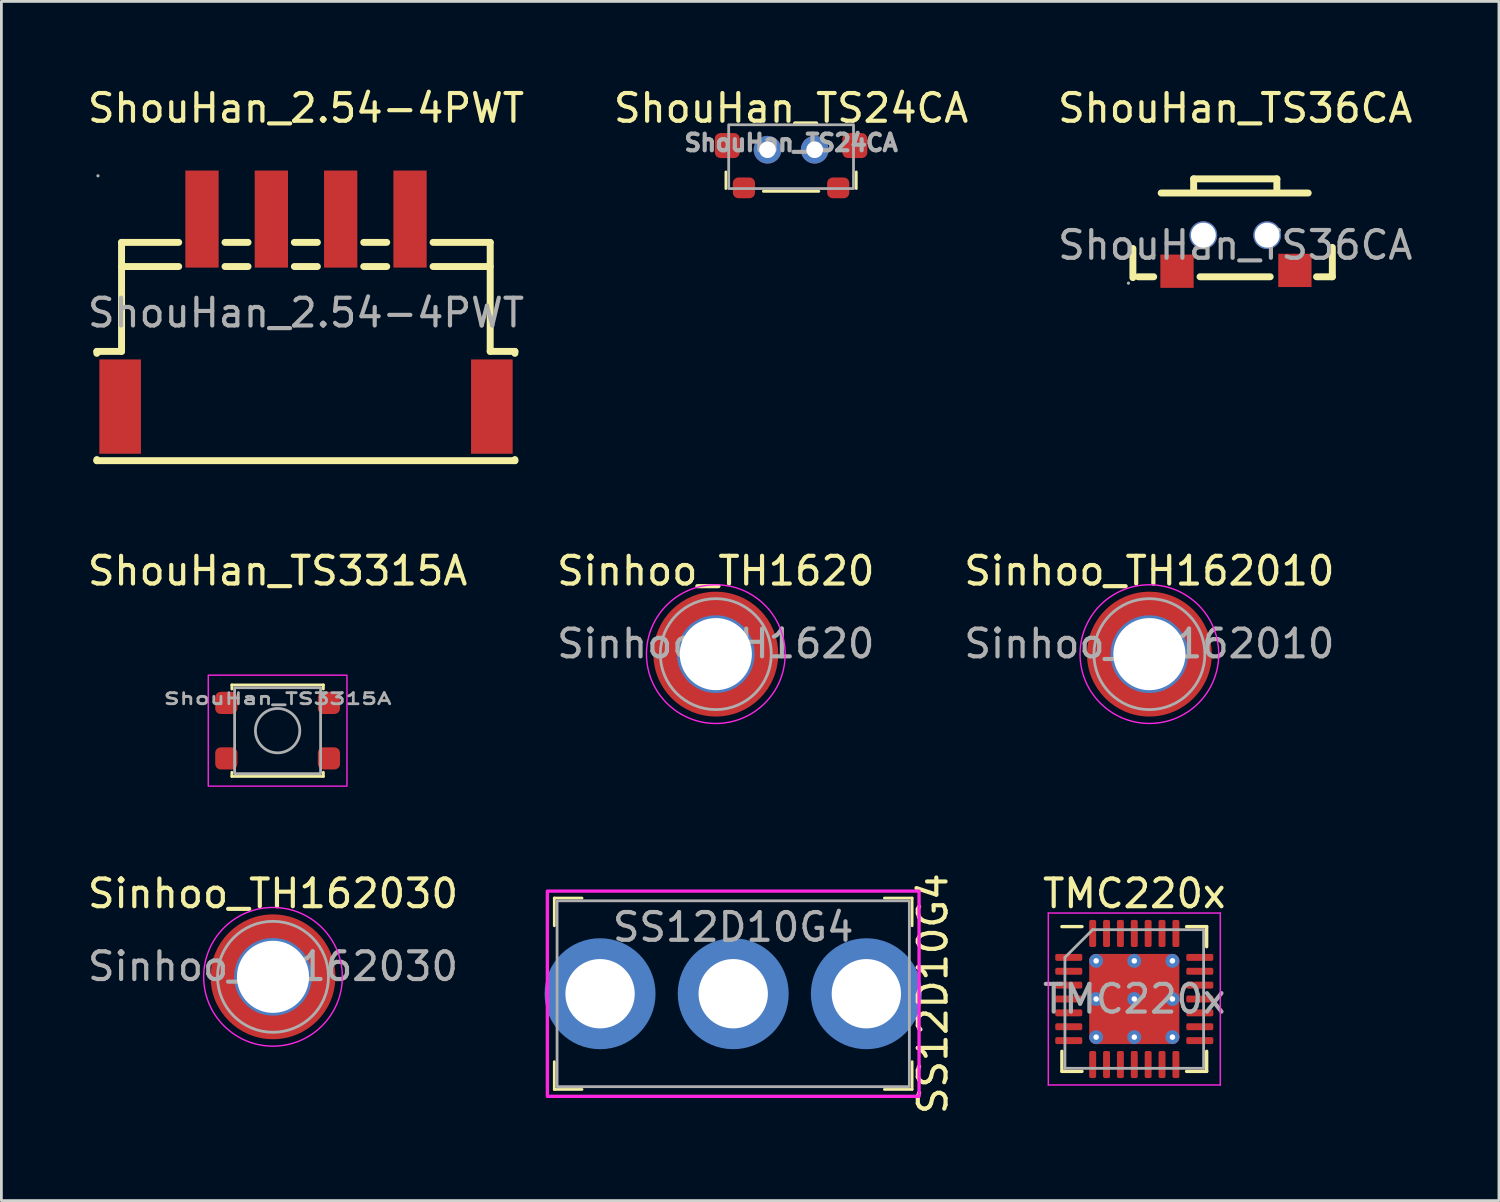
<source format=kicad_pcb>
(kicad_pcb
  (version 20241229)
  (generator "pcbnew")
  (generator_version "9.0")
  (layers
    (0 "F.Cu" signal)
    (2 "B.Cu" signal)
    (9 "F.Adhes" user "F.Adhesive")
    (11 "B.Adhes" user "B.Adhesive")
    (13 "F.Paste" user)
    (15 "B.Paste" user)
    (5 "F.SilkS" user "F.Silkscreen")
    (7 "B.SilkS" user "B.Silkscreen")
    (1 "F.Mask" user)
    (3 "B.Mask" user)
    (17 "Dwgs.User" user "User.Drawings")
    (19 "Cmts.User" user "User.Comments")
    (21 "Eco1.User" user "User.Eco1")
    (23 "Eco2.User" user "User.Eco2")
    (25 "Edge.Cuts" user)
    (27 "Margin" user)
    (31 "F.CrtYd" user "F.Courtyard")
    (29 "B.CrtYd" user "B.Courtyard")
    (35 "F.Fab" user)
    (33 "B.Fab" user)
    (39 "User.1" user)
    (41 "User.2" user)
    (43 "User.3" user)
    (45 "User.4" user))
  (footprint "Sinhoo_TH162030"
    (layer "F.Cu")
    (at 6.792 32.165)
    (property "Reference" "Sinhoo_TH162030" (at 0 -3 0) (unlocked yes) (layer "F.SilkS") (effects (font (size 1 1) (thickness 0.15))))
    (attr smd)
    (fp_arc (start -1.515544 0.875) (mid -1.75 0) (end -1.515546 -0.875) (stroke (width 1) (type default)) (layer "F.Paste"))
    (fp_arc (start 0 -1.75) (mid 0.875 -1.515545) (end 1.515545 -0.875001) (stroke (width 1) (type default)) (layer "F.Paste"))
    (fp_arc (start 1.51555 0.875003) (mid 0.875006 1.515547) (end 0.000007 1.750005) (stroke (width 1) (type default)) (layer "F.Paste"))
    (fp_circle (center 0 0) (end 2.5 0) (stroke (width 0.05) (type default)) (fill no) (layer "F.CrtYd"))
    (fp_circle (center 0 0) (end 2 0) (stroke (width 0.1) (type default)) (fill no) (layer "F.Fab"))
    (fp_text user "${REFERENCE}" (at 0 -0.375 0) (unlocked yes) (layer "F.Fab") (effects (font (size 1 1) (thickness 0.15))))
    (pad "1" thru_hole circle (at 0 0) (size 2.8 2.8) (drill 2.6) (layers "*.Cu" "*.Mask") (remove_unused_layers yes) (keep_end_layers yes) (zone_layer_connections))
    (pad "1" smd circle (at 0 0) (size 4.5 4.5) (layers "F.Cu" "F.Mask")))
  (footprint "ShouHan_TS24CA"
    (layer "F.Cu")
    (at 25.47 2.348)
    (property "Reference" "ShouHan_TS24CA" (at 0 -1.5 0) (layer "F.SilkS") (effects (font (size 1 1) (thickness 0.15))))
    (attr smd)
    (fp_line (start -2.35 1.4) (end -2.35 0.8) (stroke (width 0.1) (type default)) (layer "F.SilkS"))
    (fp_line (start 1 1.5) (end -1 1.5) (stroke (width 0.1) (type default)) (layer "F.SilkS"))
    (fp_line (start 2.35 1.4) (end 2.35 0.8) (stroke (width 0.1) (type default)) (layer "F.SilkS"))
    (fp_rect (start -2.25 -0.9) (end 2.25 1.4) (stroke (width 0.1) (type default)) (fill no) (layer "F.Fab"))
    (fp_text user "${REFERENCE}" (at 0 -0.25 0) (layer "F.Fab") (effects (font (size 0.6 0.6) (thickness 0.15))))
    (pad "" np_thru_hole circle (at -0.85 0) (size 1 1) (drill 0.6) (layers "*.Cu" "*.Mask"))
    (pad "" np_thru_hole circle (at 0.85 0) (size 1 1) (drill 0.6) (layers "*.Cu" "*.Mask"))
    (pad "1" smd roundrect (at 1.7 1.375 180) (size 0.8 0.75) (layers "F.Cu" "F.Mask" "F.Paste") (roundrect_rratio 0.267))
    (pad "2" smd roundrect (at -1.7 1.375 180) (size 0.8 0.75) (layers "F.Cu" "F.Mask" "F.Paste") (roundrect_rratio 0.267))
    (pad "3" smd roundrect (at -2.3 -0.15) (size 0.9 0.9) (layers "F.Cu" "F.Mask" "F.Paste") (roundrect_rratio 0.222))
    (pad "3" smd roundrect (at 2.3 -0.15) (size 0.9 0.9) (layers "F.Cu" "F.Mask" "F.Paste") (roundrect_rratio 0.222)))
  (footprint "Sinhoo_TH162010"
    (layer "F.Cu")
    (at 38.387 20.532)
    (property "Reference" "Sinhoo_TH162010" (at 0 -3 0) (unlocked yes) (layer "F.SilkS") (effects (font (size 1 1) (thickness 0.15))))
    (attr smd)
    (fp_arc (start -1.515544 0.875) (mid -1.75 0) (end -1.515546 -0.875) (stroke (width 1) (type default)) (layer "F.Paste"))
    (fp_arc (start 0 -1.75) (mid 0.875 -1.515545) (end 1.515545 -0.875001) (stroke (width 1) (type default)) (layer "F.Paste"))
    (fp_arc (start 1.51555 0.875003) (mid 0.875006 1.515547) (end 0.000007 1.750005) (stroke (width 1) (type default)) (layer "F.Paste"))
    (fp_circle (center 0 0) (end 2.5 0) (stroke (width 0.05) (type default)) (fill no) (layer "F.CrtYd"))
    (fp_circle (center 0 0) (end 2 0) (stroke (width 0.1) (type default)) (fill no) (layer "F.Fab"))
    (fp_text user "${REFERENCE}" (at 0 -0.375 0) (unlocked yes) (layer "F.Fab") (effects (font (size 1 1) (thickness 0.15))))
    (pad "1" thru_hole circle (at 0 0) (size 2.8 2.8) (drill 2.6) (layers "*.Cu" "*.Mask") (remove_unused_layers yes) (keep_end_layers yes) (zone_layer_connections))
    (pad "1" smd circle (at 0 0) (size 4.5 4.5) (layers "F.Cu" "F.Mask")))
  (footprint "ShouHan_TS36CA"
    (layer "F.Cu")
    (at 41.482 5.788)
    (property "Reference" "ShouHan_TS36CA" (at 0 -4.94 0) (layer "F.SilkS") (effects (font (size 1 1) (thickness 0.15))))
    (attr smd)
    (fp_line (start -3.69 1.17) (end -3.69 0.12) (stroke (width 0.25) (type solid)) (layer "F.SilkS"))
    (fp_line (start -2.94 1.14) (end -3.5 1.14) (stroke (width 0.25) (type solid)) (layer "F.SilkS"))
    (fp_line (start -2.67 -1.88) (end 2.63 -1.88) (stroke (width 0.25) (type solid)) (layer "F.SilkS"))
    (fp_line (start -1.5 -2.39) (end -1.5 -1.91) (stroke (width 0.25) (type solid)) (layer "F.SilkS"))
    (fp_line (start -1.5 -2.39) (end 1.5 -2.39) (stroke (width 0.25) (type solid)) (layer "F.SilkS"))
    (fp_line (start 1.26 1.14) (end -1.27 1.14) (stroke (width 0.25) (type solid)) (layer "F.SilkS"))
    (fp_line (start 1.5 -2.39) (end 1.5 -1.91) (stroke (width 0.25) (type solid)) (layer "F.SilkS"))
    (fp_line (start 3.5 1.14) (end 2.93 1.14) (stroke (width 0.25) (type solid)) (layer "F.SilkS"))
    (fp_line (start 3.5 1.14) (end 3.5 0.08) (stroke (width 0.25) (type solid)) (layer "F.SilkS"))
    (fp_circle (center -1.15 -0.36) (end -1.33 -0.36) (stroke (width 0.35) (type solid)) (fill no) (layer "Cmts.User"))
    (fp_circle (center 1.15 -0.36) (end 0.97 -0.36) (stroke (width 0.35) (type solid)) (fill no) (layer "Cmts.User"))
    (fp_circle (center -3.85 1.37) (end -3.88 1.37) (stroke (width 0.06) (type solid)) (fill no) (layer "F.Fab"))
    (fp_text user "${REFERENCE}" (at 0 0 180) (layer "F.Fab") (effects (font (size 1 1) (thickness 0.15))))
    (pad "" np_thru_hole circle (at -1.15 -0.36 180) (size 1 1) (drill 0.9) (layers "*.Cu" "*.Mask"))
    (pad "" np_thru_hole circle (at 1.15 -0.36 180) (size 1 1) (drill 0.9) (layers "*.Cu" "*.Mask"))
    (pad "1" smd rect (at -2.1 0.94) (size 1.2 1.2) (layers "F.Cu" "F.Mask" "F.Paste"))
    (pad "2" smd rect (at 2.15 0.91) (size 1.2 1.2) (layers "F.Cu" "F.Mask" "F.Paste")))
  (footprint "ShouHan_TS3315A"
    (layer "F.Cu")
    (at 6.958 23.291)
    (property "Reference" "ShouHan_TS3315A" (at 0 -5.76 0) (layer "F.SilkS") (effects (font (size 1 1) (thickness 0.15))))
    (attr smd)
    (fp_line (start -1.65 -1.65) (end 1.65 -1.65) (stroke (width 0.1) (type default)) (layer "F.SilkS"))
    (fp_line (start -1.65 -1.5) (end -1.65 -1.65) (stroke (width 0.1) (type default)) (layer "F.SilkS"))
    (fp_line (start -1.65 1.65) (end -1.65 1.5) (stroke (width 0.1) (type default)) (layer "F.SilkS"))
    (fp_line (start 1.65 -1.65) (end 1.65 -1.5) (stroke (width 0.1) (type default)) (layer "F.SilkS"))
    (fp_line (start 1.65 1.5) (end 1.65 1.65) (stroke (width 0.1) (type default)) (layer "F.SilkS"))
    (fp_line (start 1.65 1.65) (end -1.65 1.65) (stroke (width 0.1) (type default)) (layer "F.SilkS"))
    (fp_rect (start 2.5 -2) (end -2.5 2) (stroke (width 0.05) (type default)) (fill no) (layer "F.CrtYd"))
    (fp_rect (start -1.55 -1.55) (end 1.55 1.55) (stroke (width 0.1) (type default)) (fill no) (layer "F.Fab"))
    (fp_circle (center 0 0) (end 0.8 0) (stroke (width 0.1) (type solid)) (fill no) (layer "F.Fab"))
    (fp_text user "${REFERENCE}" (at 0 -1.15 0) (layer "F.Fab") (effects (font (size 0.4 0.6) (thickness 0.1))))
    (pad "1" smd roundrect (at -1.85 -1) (size 0.8 0.8) (layers "F.Cu" "F.Mask" "F.Paste") (roundrect_rratio 0.25))
    (pad "1" smd roundrect (at 1.85 -1) (size 0.8 0.8) (layers "F.Cu" "F.Mask" "F.Paste") (roundrect_rratio 0.25))
    (pad "2" smd roundrect (at -1.85 1) (size 0.8 0.8) (layers "F.Cu" "F.Mask" "F.Paste") (roundrect_rratio 0.25))
    (pad "2" smd roundrect (at 1.85 1) (size 0.8 0.8) (layers "F.Cu" "F.Mask" "F.Paste") (roundrect_rratio 0.25)))
  (footprint "ShouHan_2.54-4PWT"
    (layer "F.Cu")
    (at 7.982 8.228)
    (property "Reference" "ShouHan_2.54-4PWT" (at 0 -7.38 0) (layer "F.SilkS") (effects (font (size 1 1) (thickness 0.15))))
    (attr smd)
    (fp_line (start -7.54 1.39) (end -7.54 1.46) (stroke (width 0.25) (type solid)) (layer "F.SilkS"))
    (fp_line (start -7.54 5.29) (end -7.54 5.33) (stroke (width 0.25) (type solid)) (layer "F.SilkS"))
    (fp_line (start -7.54 5.33) (end 7.53 5.33) (stroke (width 0.25) (type solid)) (layer "F.SilkS"))
    (fp_line (start -6.65 -2.54) (end -6.65 1.39) (stroke (width 0.25) (type solid)) (layer "F.SilkS"))
    (fp_line (start -6.65 -2.54) (end -4.59 -2.54) (stroke (width 0.25) (type solid)) (layer "F.SilkS"))
    (fp_line (start -6.65 -1.67) (end -4.59 -1.67) (stroke (width 0.25) (type solid)) (layer "F.SilkS"))
    (fp_line (start -6.65 1.39) (end -7.54 1.39) (stroke (width 0.25) (type solid)) (layer "F.SilkS"))
    (fp_line (start -2.92 -2.54) (end -2.09 -2.54) (stroke (width 0.25) (type solid)) (layer "F.SilkS"))
    (fp_line (start -2.92 -1.67) (end -2.09 -1.67) (stroke (width 0.25) (type solid)) (layer "F.SilkS"))
    (fp_line (start -0.42 -2.54) (end 0.41 -2.54) (stroke (width 0.25) (type solid)) (layer "F.SilkS"))
    (fp_line (start -0.42 -1.67) (end 0.41 -1.67) (stroke (width 0.25) (type solid)) (layer "F.SilkS"))
    (fp_line (start 2.08 -2.54) (end 2.91 -2.54) (stroke (width 0.25) (type solid)) (layer "F.SilkS"))
    (fp_line (start 2.08 -1.67) (end 2.91 -1.67) (stroke (width 0.25) (type solid)) (layer "F.SilkS"))
    (fp_line (start 4.58 -2.54) (end 6.64 -2.54) (stroke (width 0.25) (type solid)) (layer "F.SilkS"))
    (fp_line (start 4.58 -1.67) (end 6.64 -1.67) (stroke (width 0.25) (type solid)) (layer "F.SilkS"))
    (fp_line (start 6.64 1.39) (end 6.64 -2.54) (stroke (width 0.25) (type solid)) (layer "F.SilkS"))
    (fp_line (start 7.53 1.39) (end 6.64 1.39) (stroke (width 0.25) (type solid)) (layer "F.SilkS"))
    (fp_line (start 7.53 1.46) (end 7.53 1.39) (stroke (width 0.25) (type solid)) (layer "F.SilkS"))
    (fp_line (start 7.53 5.33) (end 7.53 5.29) (stroke (width 0.25) (type solid)) (layer "F.SilkS"))
    (fp_circle (center -7.5 -4.94) (end -7.47 -4.94) (stroke (width 0.06) (type solid)) (fill no) (layer "F.Fab"))
    (fp_text user "${REFERENCE}" (at 0 0 0) (layer "F.Fab") (effects (font (size 1 1) (thickness 0.15))))
    (pad "1" smd rect (at -3.75 -3.38) (size 1.2 3.5) (layers "F.Cu" "F.Mask" "F.Paste"))
    (pad "2" smd rect (at -1.25 -3.38) (size 1.2 3.5) (layers "F.Cu" "F.Mask" "F.Paste"))
    (pad "3" smd rect (at 1.25 -3.38) (size 1.2 3.5) (layers "F.Cu" "F.Mask" "F.Paste"))
    (pad "4" smd rect (at 3.75 -3.38) (size 1.2 3.5) (layers "F.Cu" "F.Mask" "F.Paste"))
    (pad "5" smd rect (at 6.7 3.38) (size 1.5 3.4) (layers "F.Cu" "F.Mask" "F.Paste"))
    (pad "6" smd rect (at -6.7 3.38) (size 1.5 3.4) (layers "F.Cu" "F.Mask" "F.Paste")))
  (footprint "Sinhoo_TH1620"
    (layer "F.Cu")
    (at 22.756 20.532)
    (property "Reference" "Sinhoo_TH1620" (at 0 -3 0) (unlocked yes) (layer "F.SilkS") (effects (font (size 1 1) (thickness 0.15))))
    (attr smd)
    (fp_arc (start -1.515544 0.875) (mid -1.75 0) (end -1.515546 -0.875) (stroke (width 1) (type default)) (layer "F.Paste"))
    (fp_arc (start 0 -1.75) (mid 0.875 -1.515545) (end 1.515545 -0.875001) (stroke (width 1) (type default)) (layer "F.Paste"))
    (fp_arc (start 1.51555 0.875003) (mid 0.875006 1.515547) (end 0.000007 1.750005) (stroke (width 1) (type default)) (layer "F.Paste"))
    (fp_circle (center 0 0) (end 2.5 0) (stroke (width 0.05) (type default)) (fill no) (layer "F.CrtYd"))
    (fp_circle (center 0 0) (end 2 0) (stroke (width 0.1) (type default)) (fill no) (layer "F.Fab"))
    (fp_text user "${REFERENCE}" (at 0 -0.375 0) (unlocked yes) (layer "F.Fab") (effects (font (size 1 1) (thickness 0.15))))
    (pad "1" thru_hole circle (at 0 0) (size 2.8 2.8) (drill 2.6) (layers "*.Cu" "*.Mask") (remove_unused_layers yes) (keep_end_layers yes) (zone_layer_connections))
    (pad "1" smd circle (at 0 0) (size 4.5 4.5) (layers "F.Cu" "F.Mask")))
  (footprint "TMC220x"
    (layer "F.Cu")
    (at 37.842 32.965)
    (property "Reference" "TMC220x" (at 0 -3.8 0) (layer "F.SilkS") (effects (font (size 1 1) (thickness 0.15))))
    (attr smd)
    (fp_line (start -2.61 2.61) (end -2.61 1.885) (stroke (width 0.12) (type solid)) (layer "F.SilkS"))
    (fp_line (start -1.885 -2.61) (end -2.61 -2.61) (stroke (width 0.12) (type solid)) (layer "F.SilkS"))
    (fp_line (start -1.885 2.61) (end -2.61 2.61) (stroke (width 0.12) (type solid)) (layer "F.SilkS"))
    (fp_line (start 1.885 -2.61) (end 2.61 -2.61) (stroke (width 0.12) (type solid)) (layer "F.SilkS"))
    (fp_line (start 1.885 2.61) (end 2.61 2.61) (stroke (width 0.12) (type solid)) (layer "F.SilkS"))
    (fp_line (start 2.61 -2.61) (end 2.61 -1.885) (stroke (width 0.12) (type solid)) (layer "F.SilkS"))
    (fp_line (start 2.61 2.61) (end 2.61 1.885) (stroke (width 0.12) (type solid)) (layer "F.SilkS"))
    (fp_line (start -3.1 -3.1) (end -3.1 3.1) (stroke (width 0.05) (type solid)) (layer "F.CrtYd"))
    (fp_line (start -3.1 3.1) (end 3.1 3.1) (stroke (width 0.05) (type solid)) (layer "F.CrtYd"))
    (fp_line (start 3.1 -3.1) (end -3.1 -3.1) (stroke (width 0.05) (type solid)) (layer "F.CrtYd"))
    (fp_line (start 3.1 3.1) (end 3.1 -3.1) (stroke (width 0.05) (type solid)) (layer "F.CrtYd"))
    (fp_line (start -2.5 -1.5) (end -1.5 -2.5) (stroke (width 0.1) (type solid)) (layer "F.Fab"))
    (fp_line (start -2.5 2.5) (end -2.5 -1.5) (stroke (width 0.1) (type solid)) (layer "F.Fab"))
    (fp_line (start -1.5 -2.5) (end 2.5 -2.5) (stroke (width 0.1) (type solid)) (layer "F.Fab"))
    (fp_line (start 2.5 -2.5) (end 2.5 2.5) (stroke (width 0.1) (type solid)) (layer "F.Fab"))
    (fp_line (start 2.5 2.5) (end -2.5 2.5) (stroke (width 0.1) (type solid)) (layer "F.Fab"))
    (fp_text user "${REFERENCE}" (at 0 0 0) (layer "F.Fab") (effects (font (size 1 1) (thickness 0.15))))
    (pad "" smd roundrect (at -0.81 -0.81) (size 1.41 1.41) (layers "F.Paste") (roundrect_rratio 0.177))
    (pad "" smd roundrect (at -0.81 0.81) (size 1.41 1.41) (layers "F.Paste") (roundrect_rratio 0.177))
    (pad "" smd roundrect (at 0.81 -0.81) (size 1.41 1.41) (layers "F.Paste") (roundrect_rratio 0.177))
    (pad "" smd roundrect (at 0.81 0.81) (size 1.41 1.41) (layers "F.Paste") (roundrect_rratio 0.177))
    (pad "1" smd roundrect (at -2.362 -1.5) (size 0.975 0.25) (layers "F.Cu" "F.Mask" "F.Paste") (roundrect_rratio 0.25))
    (pad "2" smd roundrect (at -2.362 -1) (size 0.975 0.25) (layers "F.Cu" "F.Mask" "F.Paste") (roundrect_rratio 0.25))
    (pad "3" smd roundrect (at -2.362 -0.5) (size 0.975 0.25) (layers "F.Cu" "F.Mask" "F.Paste") (roundrect_rratio 0.25))
    (pad "4" smd roundrect (at -2.362 0) (size 0.975 0.25) (layers "F.Cu" "F.Mask" "F.Paste") (roundrect_rratio 0.25))
    (pad "5" smd roundrect (at -2.362 0.5) (size 0.975 0.25) (layers "F.Cu" "F.Mask" "F.Paste") (roundrect_rratio 0.25))
    (pad "6" smd roundrect (at -2.362 1) (size 0.975 0.25) (layers "F.Cu" "F.Mask" "F.Paste") (roundrect_rratio 0.25))
    (pad "7" smd roundrect (at -2.362 1.5) (size 0.975 0.25) (layers "F.Cu" "F.Mask" "F.Paste") (roundrect_rratio 0.25))
    (pad "8" smd roundrect (at -1.5 2.362) (size 0.25 0.975) (layers "F.Cu" "F.Mask" "F.Paste") (roundrect_rratio 0.25))
    (pad "9" smd roundrect (at -1 2.362) (size 0.25 0.975) (layers "F.Cu" "F.Mask" "F.Paste") (roundrect_rratio 0.25))
    (pad "10" smd roundrect (at -0.5 2.362) (size 0.25 0.975) (layers "F.Cu" "F.Mask" "F.Paste") (roundrect_rratio 0.25))
    (pad "11" smd roundrect (at 0 2.362) (size 0.25 0.975) (layers "F.Cu" "F.Mask" "F.Paste") (roundrect_rratio 0.25))
    (pad "12" smd roundrect (at 0.5 2.362) (size 0.25 0.975) (layers "F.Cu" "F.Mask" "F.Paste") (roundrect_rratio 0.25))
    (pad "13" smd roundrect (at 1 2.362) (size 0.25 0.975) (layers "F.Cu" "F.Mask" "F.Paste") (roundrect_rratio 0.25))
    (pad "14" smd roundrect (at 1.5 2.362) (size 0.25 0.975) (layers "F.Cu" "F.Mask" "F.Paste") (roundrect_rratio 0.25))
    (pad "15" smd roundrect (at 2.362 1.5) (size 0.975 0.25) (layers "F.Cu" "F.Mask" "F.Paste") (roundrect_rratio 0.25))
    (pad "16" smd roundrect (at 2.362 1) (size 0.975 0.25) (layers "F.Cu" "F.Mask" "F.Paste") (roundrect_rratio 0.25))
    (pad "17" smd roundrect (at 2.362 0.5) (size 0.975 0.25) (layers "F.Cu" "F.Mask" "F.Paste") (roundrect_rratio 0.25))
    (pad "18" smd roundrect (at 2.362 0) (size 0.975 0.25) (layers "F.Cu" "F.Mask" "F.Paste") (roundrect_rratio 0.25))
    (pad "19" smd roundrect (at 2.362 -0.5) (size 0.975 0.25) (layers "F.Cu" "F.Mask" "F.Paste") (roundrect_rratio 0.25))
    (pad "20" smd roundrect (at 2.362 -1) (size 0.975 0.25) (layers "F.Cu" "F.Mask" "F.Paste") (roundrect_rratio 0.25))
    (pad "21" smd roundrect (at 2.362 -1.5) (size 0.975 0.25) (layers "F.Cu" "F.Mask" "F.Paste") (roundrect_rratio 0.25))
    (pad "22" smd roundrect (at 1.5 -2.362) (size 0.25 0.975) (layers "F.Cu" "F.Mask" "F.Paste") (roundrect_rratio 0.25))
    (pad "23" smd roundrect (at 1 -2.362) (size 0.25 0.975) (layers "F.Cu" "F.Mask" "F.Paste") (roundrect_rratio 0.25))
    (pad "24" smd roundrect (at 0.5 -2.362) (size 0.25 0.975) (layers "F.Cu" "F.Mask" "F.Paste") (roundrect_rratio 0.25))
    (pad "25" smd roundrect (at 0 -2.362) (size 0.25 0.975) (layers "F.Cu" "F.Mask" "F.Paste") (roundrect_rratio 0.25))
    (pad "26" smd roundrect (at -0.5 -2.362) (size 0.25 0.975) (layers "F.Cu" "F.Mask" "F.Paste") (roundrect_rratio 0.25))
    (pad "27" smd roundrect (at -1 -2.362) (size 0.25 0.975) (layers "F.Cu" "F.Mask" "F.Paste") (roundrect_rratio 0.25))
    (pad "28" smd roundrect (at -1.5 -2.362) (size 0.25 0.975) (layers "F.Cu" "F.Mask" "F.Paste") (roundrect_rratio 0.25))
    (pad "29" thru_hole circle (at -1.375 -1.375) (size 0.5 0.5) (drill 0.2) (layers "*.Cu"))
    (pad "29" thru_hole circle (at -1.375 0) (size 0.5 0.5) (drill 0.2) (layers "*.Cu"))
    (pad "29" thru_hole circle (at -1.375 1.375) (size 0.5 0.5) (drill 0.2) (layers "*.Cu"))
    (pad "29" thru_hole circle (at 0 -1.375) (size 0.5 0.5) (drill 0.2) (layers "*.Cu"))
    (pad "29" thru_hole circle (at 0 0) (size 0.5 0.5) (drill 0.2) (layers "*.Cu"))
    (pad "29" smd roundrect (at 0 0) (size 3.25 3.25) (layers "F.Cu" "F.Mask") (roundrect_rratio 0.077))
    (pad "29" thru_hole circle (at 0 1.375) (size 0.5 0.5) (drill 0.2) (layers "*.Cu"))
    (pad "29" thru_hole circle (at 1.375 -1.375) (size 0.5 0.5) (drill 0.2) (layers "*.Cu"))
    (pad "29" thru_hole circle (at 1.375 0) (size 0.5 0.5) (drill 0.2) (layers "*.Cu"))
    (pad "29" thru_hole circle (at 1.375 1.375) (size 0.5 0.5) (drill 0.2) (layers "*.Cu")))
  (footprint "SS12D10G4"
    (layer "F.Cu")
    (at 23.383 32.775)
    (property "Reference" "SS12D10G4" (at 7.2 0 90) (unlocked yes) (layer "F.SilkS") (effects (font (size 1 1) (thickness 0.15))))
    (attr through_hole)
    (fp_line (start -6.45 -3.45) (end -5.45 -3.45) (stroke (width 0.1) (type default)) (layer "F.SilkS"))
    (fp_line (start -6.45 -2.45) (end -6.45 -3.45) (stroke (width 0.1) (type default)) (layer "F.SilkS"))
    (fp_line (start -6.45 3.45) (end -6.45 2.45) (stroke (width 0.1) (type default)) (layer "F.SilkS"))
    (fp_line (start -5.45 3.45) (end -6.45 3.45) (stroke (width 0.1) (type default)) (layer "F.SilkS"))
    (fp_line (start 5.45 -3.45) (end 6.45 -3.45) (stroke (width 0.1) (type default)) (layer "F.SilkS"))
    (fp_line (start 6.45 -3.45) (end 6.45 -2.45) (stroke (width 0.1) (type default)) (layer "F.SilkS"))
    (fp_line (start 6.45 2.45) (end 6.45 3.45) (stroke (width 0.1) (type default)) (layer "F.SilkS"))
    (fp_line (start 6.45 3.45) (end 5.45 3.45) (stroke (width 0.1) (type default)) (layer "F.SilkS"))
    (fp_rect (start -6.7 -3.7) (end 6.7 3.7) (stroke (width 0.12) (type default)) (fill no) (layer "F.CrtYd"))
    (fp_rect (start -6.35 -3.35) (end 6.35 3.35) (stroke (width 0.1) (type default)) (fill no) (layer "F.Fab"))
    (fp_text user "${REFERENCE}" (at 0 -2.4 0) (unlocked yes) (layer "F.Fab") (effects (font (size 1 1) (thickness 0.15))))
    (pad "1" thru_hole circle (at -4.8 0) (size 3 3) (drill 2.5) (layers "*.Cu" "*.Mask"))
    (pad "1" smd circle (at -4.8 0) (size 4 4) (layers "B.Cu" "B.Mask"))
    (pad "2" thru_hole circle (at 0 0) (size 3 3) (drill 2.5) (layers "*.Cu" "*.Mask"))
    (pad "2" smd circle (at 0 0) (size 4 4) (layers "B.Cu" "B.Mask"))
    (pad "3" thru_hole circle (at 4.8 0) (size 3 3) (drill 2.5) (layers "*.Cu" "*.Mask"))
    (pad "3" smd circle (at 4.8 0) (size 4 4) (layers "B.Cu" "B.Mask")))
  (gr_rect
    (start -3 -3)
    (end 50.988 40.233)
    (stroke (width 0.1) (type default))
    (fill no)
    (layer "Edge.Cuts")))
</source>
